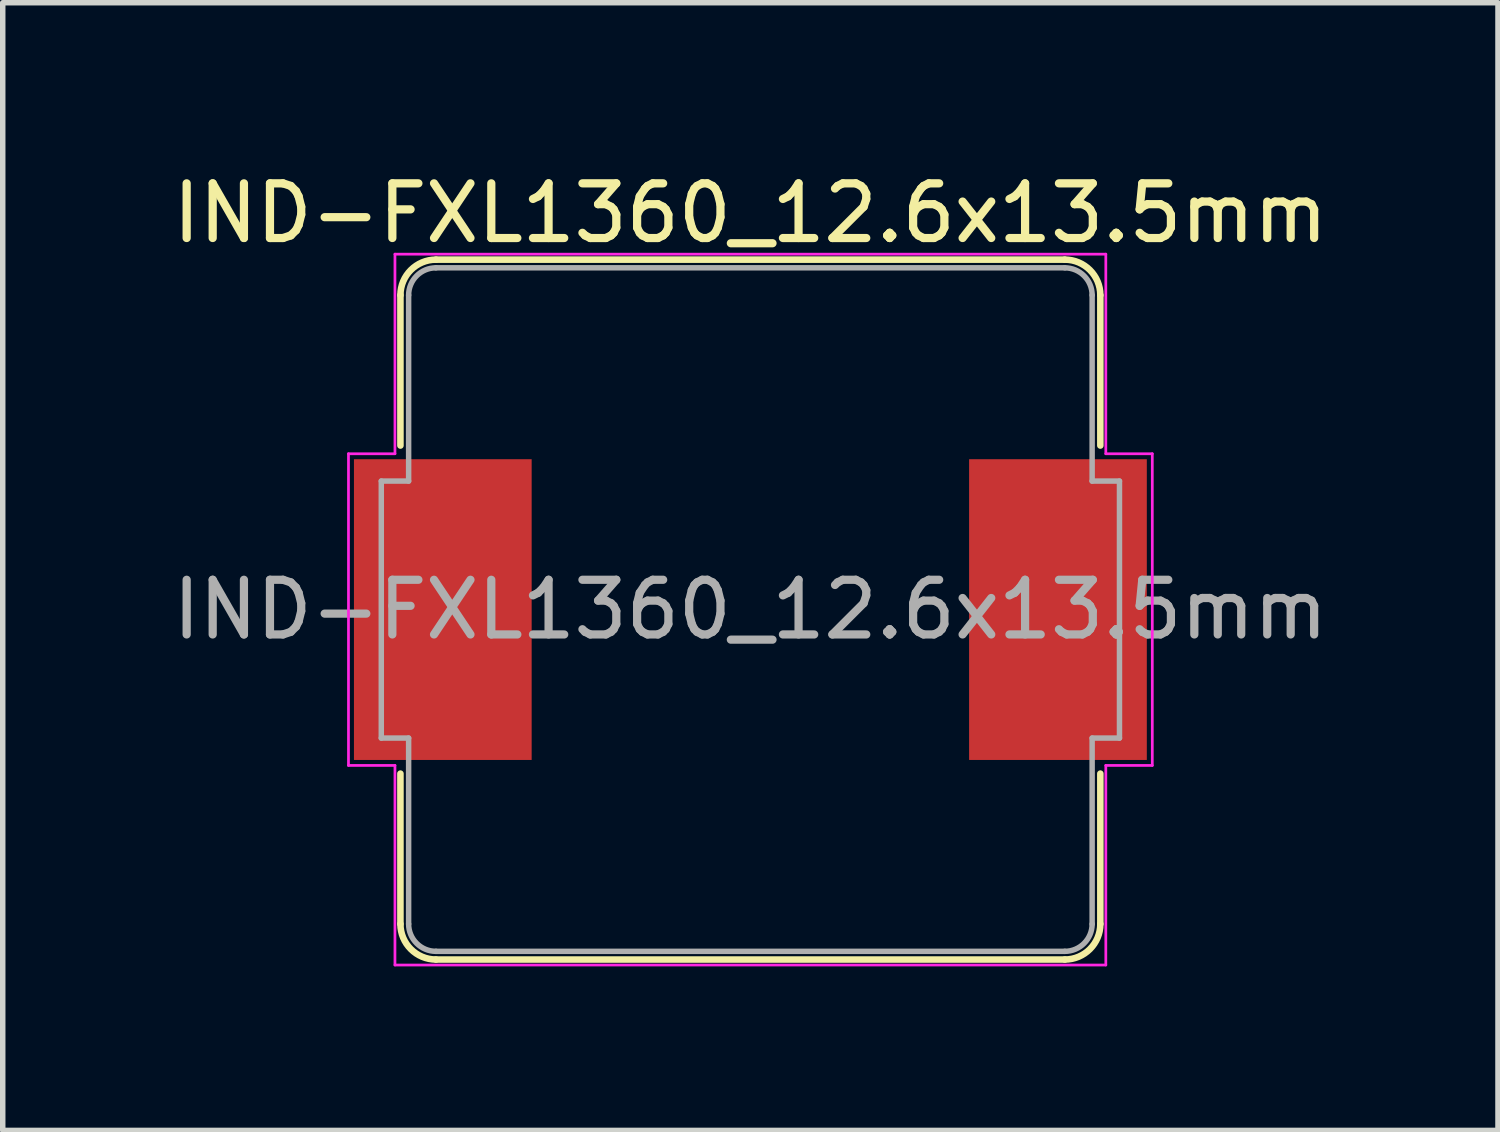
<source format=kicad_pcb>
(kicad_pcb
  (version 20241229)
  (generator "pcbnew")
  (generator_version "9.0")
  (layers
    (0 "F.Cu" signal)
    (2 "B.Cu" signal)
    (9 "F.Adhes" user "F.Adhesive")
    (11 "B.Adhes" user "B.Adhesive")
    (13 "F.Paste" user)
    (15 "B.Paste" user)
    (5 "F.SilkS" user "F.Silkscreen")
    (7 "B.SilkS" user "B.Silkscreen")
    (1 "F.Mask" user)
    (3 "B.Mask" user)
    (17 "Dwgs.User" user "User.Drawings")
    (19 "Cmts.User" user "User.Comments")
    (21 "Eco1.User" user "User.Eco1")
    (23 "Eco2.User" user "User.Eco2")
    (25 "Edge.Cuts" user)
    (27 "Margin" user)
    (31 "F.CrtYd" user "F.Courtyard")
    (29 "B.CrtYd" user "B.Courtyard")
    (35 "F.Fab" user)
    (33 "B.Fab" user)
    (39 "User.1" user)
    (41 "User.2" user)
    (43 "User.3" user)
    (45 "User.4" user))
  (footprint "IND-FXL1360_12.6x13.5mm"
    (layer "F.Cu")
    (at 10.673 8.098)
    (property "Reference" "IND-FXL1360_12.6x13.5mm" (at 0 -7.25 0) (layer "F.SilkS") (effects (font (size 1 1) (thickness 0.15))))
    (attr smd)
    (fp_line (start -6.4 -5.75) (end -6.4 -3) (stroke (width 0.12) (type solid)) (layer "F.SilkS"))
    (fp_line (start -6.4 3) (end -6.4 5.75) (stroke (width 0.12) (type solid)) (layer "F.SilkS"))
    (fp_line (start -5.75 -6.4) (end 5.75 -6.4) (stroke (width 0.12) (type solid)) (layer "F.SilkS"))
    (fp_line (start 5.75 6.4) (end -5.75 6.4) (stroke (width 0.12) (type solid)) (layer "F.SilkS"))
    (fp_line (start 6.4 -5.75) (end 6.4 -3) (stroke (width 0.12) (type solid)) (layer "F.SilkS"))
    (fp_line (start 6.4 3) (end 6.4 5.75) (stroke (width 0.12) (type solid)) (layer "F.SilkS"))
    (fp_arc (start -6.4 -5.75) (mid -6.209619 -6.209619) (end -5.75 -6.4) (stroke (width 0.12) (type solid)) (layer "F.SilkS"))
    (fp_arc (start -5.75 6.4) (mid -6.209619 6.209619) (end -6.4 5.75) (stroke (width 0.12) (type solid)) (layer "F.SilkS"))
    (fp_arc (start 5.75 -6.4) (mid 6.209619 -6.209619) (end 6.4 -5.75) (stroke (width 0.12) (type solid)) (layer "F.SilkS"))
    (fp_arc (start 6.4 5.75) (mid 6.209619 6.209619) (end 5.75 6.4) (stroke (width 0.12) (type solid)) (layer "F.SilkS"))
    (fp_line (start -7.35 -2.85) (end -6.5 -2.85) (stroke (width 0.05) (type solid)) (layer "F.CrtYd"))
    (fp_line (start -7.35 2.85) (end -7.35 -2.85) (stroke (width 0.05) (type solid)) (layer "F.CrtYd"))
    (fp_line (start -6.5 -6.5) (end 6.5 -6.5) (stroke (width 0.05) (type solid)) (layer "F.CrtYd"))
    (fp_line (start -6.5 -2.85) (end -6.5 -6.5) (stroke (width 0.05) (type solid)) (layer "F.CrtYd"))
    (fp_line (start -6.5 2.85) (end -7.35 2.85) (stroke (width 0.05) (type solid)) (layer "F.CrtYd"))
    (fp_line (start -6.5 2.85) (end -6.5 6.5) (stroke (width 0.05) (type solid)) (layer "F.CrtYd"))
    (fp_line (start 6.5 -2.85) (end 6.5 -6.5) (stroke (width 0.05) (type solid)) (layer "F.CrtYd"))
    (fp_line (start 6.5 -2.85) (end 7.35 -2.85) (stroke (width 0.05) (type solid)) (layer "F.CrtYd"))
    (fp_line (start 6.5 2.85) (end 6.5 6.5) (stroke (width 0.05) (type solid)) (layer "F.CrtYd"))
    (fp_line (start 6.5 6.5) (end -6.5 6.5) (stroke (width 0.05) (type solid)) (layer "F.CrtYd"))
    (fp_line (start 7.35 -2.85) (end 7.35 2.85) (stroke (width 0.05) (type solid)) (layer "F.CrtYd"))
    (fp_line (start 7.35 2.85) (end 6.5 2.85) (stroke (width 0.05) (type solid)) (layer "F.CrtYd"))
    (fp_line (start -6.75 -2.35) (end -6.75 2.35) (stroke (width 0.1) (type solid)) (layer "F.Fab"))
    (fp_line (start -6.75 -2.35) (end -6.25 -2.35) (stroke (width 0.1) (type solid)) (layer "F.Fab"))
    (fp_line (start -6.75 2.35) (end -6.25 2.35) (stroke (width 0.1) (type solid)) (layer "F.Fab"))
    (fp_line (start -6.25 -5.75) (end -6.25 -2.35) (stroke (width 0.1) (type solid)) (layer "F.Fab"))
    (fp_line (start -6.25 2.35) (end -6.25 5.75) (stroke (width 0.1) (type solid)) (layer "F.Fab"))
    (fp_line (start -5.75 -6.25) (end 5.75 -6.25) (stroke (width 0.1) (type solid)) (layer "F.Fab"))
    (fp_line (start 5.75 6.25) (end -5.75 6.25) (stroke (width 0.1) (type solid)) (layer "F.Fab"))
    (fp_line (start 6.25 -2.35) (end 6.25 -5.75) (stroke (width 0.1) (type solid)) (layer "F.Fab"))
    (fp_line (start 6.25 2.35) (end 6.25 5.75) (stroke (width 0.1) (type solid)) (layer "F.Fab"))
    (fp_line (start 6.75 -2.35) (end 6.25 -2.35) (stroke (width 0.1) (type solid)) (layer "F.Fab"))
    (fp_line (start 6.75 -2.35) (end 6.75 2.35) (stroke (width 0.1) (type solid)) (layer "F.Fab"))
    (fp_line (start 6.75 2.35) (end 6.25 2.35) (stroke (width 0.1) (type solid)) (layer "F.Fab"))
    (fp_arc (start -6.25 -5.75) (mid -6.103553 -6.103553) (end -5.75 -6.25) (stroke (width 0.1) (type solid)) (layer "F.Fab"))
    (fp_arc (start -5.75 6.25) (mid -6.103553 6.103553) (end -6.25 5.75) (stroke (width 0.1) (type solid)) (layer "F.Fab"))
    (fp_arc (start 5.75 -6.25) (mid 6.103553 -6.103553) (end 6.25 -5.75) (stroke (width 0.1) (type solid)) (layer "F.Fab"))
    (fp_arc (start 6.25 5.75) (mid 6.103553 6.103553) (end 5.75 6.25) (stroke (width 0.1) (type solid)) (layer "F.Fab"))
    (fp_text user "${REFERENCE}" (at 0 0 0) (layer "F.Fab") (effects (font (size 1 1) (thickness 0.15))))
    (pad "1" smd rect (at -5.625 0) (size 3.25 5.5) (layers "F.Cu" "F.Mask" "F.Paste"))
    (pad "2" smd rect (at 5.625 0) (size 3.25 5.5) (layers "F.Cu" "F.Mask" "F.Paste")))
  (gr_rect
    (start -3 -3)
    (end 24.345 17.623)
    (stroke (width 0.1) (type default))
    (fill no)
    (layer "Edge.Cuts")))
</source>
